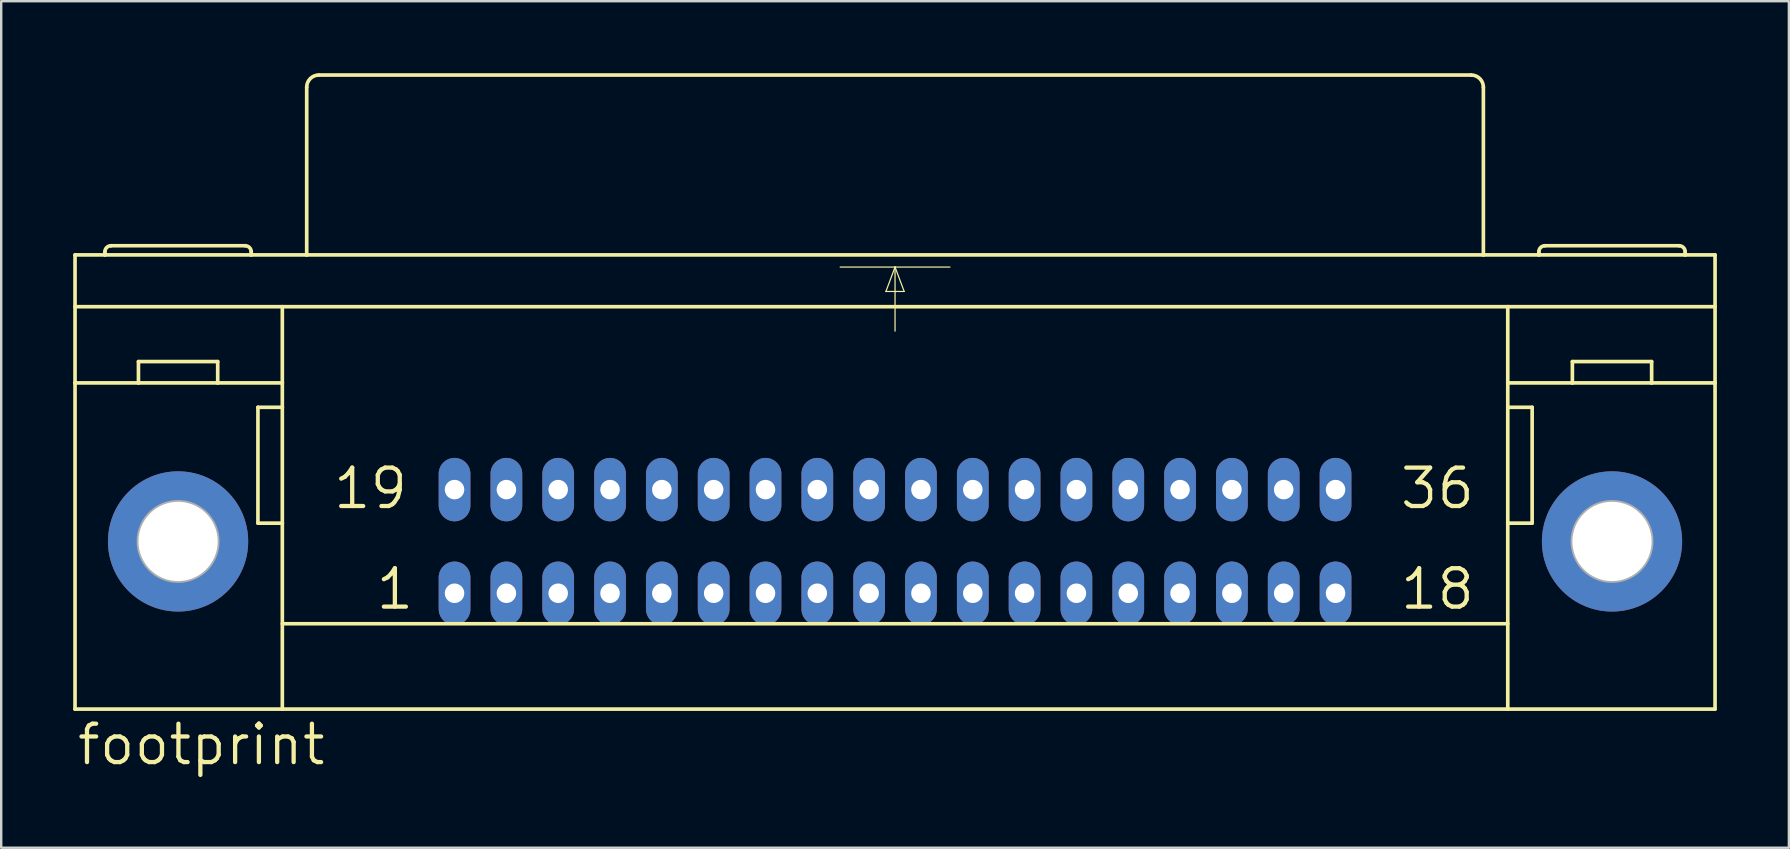
<source format=kicad_pcb>
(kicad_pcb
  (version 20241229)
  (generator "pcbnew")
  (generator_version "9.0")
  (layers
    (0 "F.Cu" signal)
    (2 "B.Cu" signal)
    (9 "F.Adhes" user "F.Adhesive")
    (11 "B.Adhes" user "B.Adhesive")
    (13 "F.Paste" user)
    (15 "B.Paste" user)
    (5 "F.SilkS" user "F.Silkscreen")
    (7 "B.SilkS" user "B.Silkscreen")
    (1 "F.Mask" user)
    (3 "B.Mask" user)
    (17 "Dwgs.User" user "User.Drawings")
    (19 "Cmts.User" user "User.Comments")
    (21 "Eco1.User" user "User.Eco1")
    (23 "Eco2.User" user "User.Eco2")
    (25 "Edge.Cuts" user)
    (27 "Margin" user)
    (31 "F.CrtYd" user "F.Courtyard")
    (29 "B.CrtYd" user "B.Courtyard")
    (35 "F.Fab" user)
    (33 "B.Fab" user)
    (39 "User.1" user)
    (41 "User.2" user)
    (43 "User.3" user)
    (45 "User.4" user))
  (footprint "footprint"
    (layer "F.Cu")
    (at 34.239 19.507)
    (property "Reference" "footprint" (at -34.163 9.398 0) (layer "F.SilkS") (effects (font (size 1.6 1.6) (thickness 0.178)) (justify left bottom)))
    (fp_line (start -34.163 -11.938) (end -32.918 -11.938) (stroke (width 0.152) (type solid)) (layer "F.SilkS"))
    (fp_line (start -34.163 -9.779) (end -25.527 -9.779) (stroke (width 0.152) (type solid)) (layer "F.SilkS"))
    (fp_line (start -34.163 -6.604) (end -34.163 -11.938) (stroke (width 0.152) (type solid)) (layer "F.SilkS"))
    (fp_line (start -34.163 6.985) (end -34.163 -6.604) (stroke (width 0.152) (type solid)) (layer "F.SilkS"))
    (fp_line (start -34.163 6.985) (end -25.527 6.985) (stroke (width 0.152) (type solid)) (layer "F.SilkS"))
    (fp_line (start -32.918 -11.938) (end -32.918 -12.065) (stroke (width 0.152) (type solid)) (layer "F.SilkS"))
    (fp_line (start -32.918 -11.938) (end -26.822 -11.938) (stroke (width 0.152) (type solid)) (layer "F.SilkS"))
    (fp_line (start -31.521 -6.604) (end -34.163 -6.604) (stroke (width 0.152) (type solid)) (layer "F.SilkS"))
    (fp_line (start -31.521 -6.604) (end -31.521 -7.493) (stroke (width 0.152) (type solid)) (layer "F.SilkS"))
    (fp_line (start -28.219 -7.493) (end -31.521 -7.493) (stroke (width 0.152) (type solid)) (layer "F.SilkS"))
    (fp_line (start -28.219 -6.604) (end -31.521 -6.604) (stroke (width 0.152) (type solid)) (layer "F.SilkS"))
    (fp_line (start -28.219 -6.604) (end -28.219 -7.493) (stroke (width 0.152) (type solid)) (layer "F.SilkS"))
    (fp_line (start -27.076 -12.319) (end -32.664 -12.319) (stroke (width 0.152) (type solid)) (layer "F.SilkS"))
    (fp_line (start -26.822 -11.938) (end -26.822 -12.065) (stroke (width 0.152) (type solid)) (layer "F.SilkS"))
    (fp_line (start -26.822 -11.938) (end -24.511 -11.938) (stroke (width 0.152) (type solid)) (layer "F.SilkS"))
    (fp_line (start -26.543 -5.588) (end -26.543 -0.762) (stroke (width 0.152) (type solid)) (layer "F.SilkS"))
    (fp_line (start -26.543 -0.762) (end -25.527 -0.762) (stroke (width 0.152) (type solid)) (layer "F.SilkS"))
    (fp_line (start -25.527 -9.779) (end 25.527 -9.779) (stroke (width 0.152) (type solid)) (layer "F.SilkS"))
    (fp_line (start -25.527 -6.604) (end -28.219 -6.604) (stroke (width 0.152) (type solid)) (layer "F.SilkS"))
    (fp_line (start -25.527 -6.604) (end -25.527 -9.779) (stroke (width 0.152) (type solid)) (layer "F.SilkS"))
    (fp_line (start -25.527 -5.588) (end -26.543 -5.588) (stroke (width 0.152) (type solid)) (layer "F.SilkS"))
    (fp_line (start -25.527 -5.588) (end -25.527 -6.604) (stroke (width 0.152) (type solid)) (layer "F.SilkS"))
    (fp_line (start -25.527 -0.762) (end -25.527 -5.588) (stroke (width 0.152) (type solid)) (layer "F.SilkS"))
    (fp_line (start -25.527 3.429) (end 25.527 3.429) (stroke (width 0.152) (type solid)) (layer "F.SilkS"))
    (fp_line (start -25.527 6.985) (end -25.527 -0.762) (stroke (width 0.152) (type solid)) (layer "F.SilkS"))
    (fp_line (start -25.527 6.985) (end 25.527 6.985) (stroke (width 0.152) (type solid)) (layer "F.SilkS"))
    (fp_line (start -24.511 -11.938) (end -24.511 -18.923) (stroke (width 0.152) (type solid)) (layer "F.SilkS"))
    (fp_line (start -24.511 -11.938) (end 24.511 -11.938) (stroke (width 0.152) (type solid)) (layer "F.SilkS"))
    (fp_line (start -24.003 -19.431) (end 24.003 -19.431) (stroke (width 0.152) (type solid)) (layer "F.SilkS"))
    (fp_line (start -2.286 -11.43) (end 0 -11.43) (stroke (width 0.051) (type solid)) (layer "F.SilkS"))
    (fp_line (start -0.381 -10.414) (end 0.381 -10.414) (stroke (width 0.051) (type solid)) (layer "F.SilkS"))
    (fp_line (start 0 -11.43) (end -0.381 -10.414) (stroke (width 0.051) (type solid)) (layer "F.SilkS"))
    (fp_line (start 0 -11.43) (end 0 -8.763) (stroke (width 0.051) (type solid)) (layer "F.SilkS"))
    (fp_line (start 0 -11.43) (end 2.286 -11.43) (stroke (width 0.051) (type solid)) (layer "F.SilkS"))
    (fp_line (start 0.381 -10.414) (end 0 -11.43) (stroke (width 0.051) (type solid)) (layer "F.SilkS"))
    (fp_line (start 24.511 -11.938) (end 24.511 -18.923) (stroke (width 0.152) (type solid)) (layer "F.SilkS"))
    (fp_line (start 24.511 -11.938) (end 26.822 -11.938) (stroke (width 0.152) (type solid)) (layer "F.SilkS"))
    (fp_line (start 25.527 -9.779) (end 34.163 -9.779) (stroke (width 0.152) (type solid)) (layer "F.SilkS"))
    (fp_line (start 25.527 -6.604) (end 25.527 -9.779) (stroke (width 0.152) (type solid)) (layer "F.SilkS"))
    (fp_line (start 25.527 -6.604) (end 28.219 -6.604) (stroke (width 0.152) (type solid)) (layer "F.SilkS"))
    (fp_line (start 25.527 -5.588) (end 25.527 -6.604) (stroke (width 0.152) (type solid)) (layer "F.SilkS"))
    (fp_line (start 25.527 -5.588) (end 26.543 -5.588) (stroke (width 0.152) (type solid)) (layer "F.SilkS"))
    (fp_line (start 25.527 -0.762) (end 25.527 -5.588) (stroke (width 0.152) (type solid)) (layer "F.SilkS"))
    (fp_line (start 25.527 6.985) (end 25.527 -0.762) (stroke (width 0.152) (type solid)) (layer "F.SilkS"))
    (fp_line (start 25.527 6.985) (end 34.163 6.985) (stroke (width 0.152) (type solid)) (layer "F.SilkS"))
    (fp_line (start 26.543 -5.588) (end 26.543 -0.762) (stroke (width 0.152) (type solid)) (layer "F.SilkS"))
    (fp_line (start 26.543 -0.762) (end 25.527 -0.762) (stroke (width 0.152) (type solid)) (layer "F.SilkS"))
    (fp_line (start 26.822 -11.938) (end 26.822 -12.065) (stroke (width 0.152) (type solid)) (layer "F.SilkS"))
    (fp_line (start 26.822 -11.938) (end 32.918 -11.938) (stroke (width 0.152) (type solid)) (layer "F.SilkS"))
    (fp_line (start 27.076 -12.319) (end 32.664 -12.319) (stroke (width 0.152) (type solid)) (layer "F.SilkS"))
    (fp_line (start 28.219 -7.493) (end 31.521 -7.493) (stroke (width 0.152) (type solid)) (layer "F.SilkS"))
    (fp_line (start 28.219 -6.604) (end 28.219 -7.493) (stroke (width 0.152) (type solid)) (layer "F.SilkS"))
    (fp_line (start 28.219 -6.604) (end 31.521 -6.604) (stroke (width 0.152) (type solid)) (layer "F.SilkS"))
    (fp_line (start 31.521 -6.604) (end 31.521 -7.493) (stroke (width 0.152) (type solid)) (layer "F.SilkS"))
    (fp_line (start 31.521 -6.604) (end 34.163 -6.604) (stroke (width 0.152) (type solid)) (layer "F.SilkS"))
    (fp_line (start 32.918 -11.938) (end 32.918 -12.065) (stroke (width 0.152) (type solid)) (layer "F.SilkS"))
    (fp_line (start 32.918 -11.938) (end 34.163 -11.938) (stroke (width 0.152) (type solid)) (layer "F.SilkS"))
    (fp_line (start 34.163 -11.938) (end 34.163 -6.604) (stroke (width 0.152) (type solid)) (layer "F.SilkS"))
    (fp_line (start 34.163 -6.604) (end 34.163 6.985) (stroke (width 0.152) (type solid)) (layer "F.SilkS"))
    (fp_arc (start -32.9184 -12.065) (mid -32.844005 -12.244605) (end -32.6644 -12.319) (stroke (width 0.1524) (type solid)) (layer "F.SilkS"))
    (fp_arc (start -27.0764 -12.319) (mid -26.896795 -12.244605) (end -26.8224 -12.065) (stroke (width 0.1524) (type solid)) (layer "F.SilkS"))
    (fp_arc (start -24.511 -18.923) (mid -24.36221 -19.28221) (end -24.003 -19.431) (stroke (width 0.1524) (type solid)) (layer "F.SilkS"))
    (fp_arc (start 24.003 -19.431) (mid 24.36221 -19.28221) (end 24.511 -18.923) (stroke (width 0.1524) (type solid)) (layer "F.SilkS"))
    (fp_arc (start 26.8224 -12.065) (mid 26.896795 -12.244605) (end 27.0764 -12.319) (stroke (width 0.1524) (type solid)) (layer "F.SilkS"))
    (fp_arc (start 32.6644 -12.319) (mid 32.844005 -12.244605) (end 32.9184 -12.065) (stroke (width 0.1524) (type solid)) (layer "F.SilkS"))
    (fp_circle (center -29.87 0) (end -28.219 0) (stroke (width 0.152) (type solid)) (fill no) (layer "F.Fab"))
    (fp_circle (center 29.87 0) (end 31.521 0) (stroke (width 0.152) (type solid)) (fill no) (layer "F.Fab"))
    (fp_text user "18" (at 20.955 2.921 0) (layer "F.SilkS") (effects (font (size 1.6 1.6) (thickness 0.178)) (justify left bottom)))
    (fp_text user "36" (at 20.955 -1.27 0) (layer "F.SilkS") (effects (font (size 1.6 1.6) (thickness 0.178)) (justify left bottom)))
    (fp_text user "19" (at -23.495 -1.27 0) (layer "F.SilkS") (effects (font (size 1.6 1.6) (thickness 0.178)) (justify left bottom)))
    (fp_text user "1" (at -21.717 2.921 0) (layer "F.SilkS") (effects (font (size 1.6 1.6) (thickness 0.178)) (justify left bottom)))
    (pad "1" thru_hole oval (at -18.352 2.159 90) (size 2.642 1.321) (drill 0.813) (layers "*.Cu" "*.Mask"))
    (pad "2" thru_hole oval (at -16.192 2.159 90) (size 2.642 1.321) (drill 0.813) (layers "*.Cu" "*.Mask"))
    (pad "3" thru_hole oval (at -14.034 2.159 90) (size 2.642 1.321) (drill 0.813) (layers "*.Cu" "*.Mask"))
    (pad "4" thru_hole oval (at -11.874 2.159 90) (size 2.642 1.321) (drill 0.813) (layers "*.Cu" "*.Mask"))
    (pad "5" thru_hole oval (at -9.716 2.159 90) (size 2.642 1.321) (drill 0.813) (layers "*.Cu" "*.Mask"))
    (pad "6" thru_hole oval (at -7.556 2.159 90) (size 2.642 1.321) (drill 0.813) (layers "*.Cu" "*.Mask"))
    (pad "7" thru_hole oval (at -5.397 2.159 90) (size 2.642 1.321) (drill 0.813) (layers "*.Cu" "*.Mask"))
    (pad "8" thru_hole oval (at -3.239 2.159 90) (size 2.642 1.321) (drill 0.813) (layers "*.Cu" "*.Mask"))
    (pad "9" thru_hole oval (at -1.079 2.159 90) (size 2.642 1.321) (drill 0.813) (layers "*.Cu" "*.Mask"))
    (pad "10" thru_hole oval (at 1.079 2.159 90) (size 2.642 1.321) (drill 0.813) (layers "*.Cu" "*.Mask"))
    (pad "11" thru_hole oval (at 3.239 2.159 90) (size 2.642 1.321) (drill 0.813) (layers "*.Cu" "*.Mask"))
    (pad "12" thru_hole oval (at 5.397 2.159 90) (size 2.642 1.321) (drill 0.813) (layers "*.Cu" "*.Mask"))
    (pad "13" thru_hole oval (at 7.556 2.159 90) (size 2.642 1.321) (drill 0.813) (layers "*.Cu" "*.Mask"))
    (pad "14" thru_hole oval (at 9.716 2.159 90) (size 2.642 1.321) (drill 0.813) (layers "*.Cu" "*.Mask"))
    (pad "15" thru_hole oval (at 11.874 2.159 90) (size 2.642 1.321) (drill 0.813) (layers "*.Cu" "*.Mask"))
    (pad "16" thru_hole oval (at 14.034 2.159 90) (size 2.642 1.321) (drill 0.813) (layers "*.Cu" "*.Mask"))
    (pad "17" thru_hole oval (at 16.192 2.159 90) (size 2.642 1.321) (drill 0.813) (layers "*.Cu" "*.Mask"))
    (pad "18" thru_hole oval (at 18.352 2.159 90) (size 2.642 1.321) (drill 0.813) (layers "*.Cu" "*.Mask"))
    (pad "19" thru_hole oval (at -18.352 -2.159 90) (size 2.642 1.321) (drill 0.813) (layers "*.Cu" "*.Mask"))
    (pad "20" thru_hole oval (at -16.192 -2.159 90) (size 2.642 1.321) (drill 0.813) (layers "*.Cu" "*.Mask"))
    (pad "21" thru_hole oval (at -14.034 -2.159 90) (size 2.642 1.321) (drill 0.813) (layers "*.Cu" "*.Mask"))
    (pad "22" thru_hole oval (at -11.874 -2.159 90) (size 2.642 1.321) (drill 0.813) (layers "*.Cu" "*.Mask"))
    (pad "23" thru_hole oval (at -9.716 -2.159 90) (size 2.642 1.321) (drill 0.813) (layers "*.Cu" "*.Mask"))
    (pad "24" thru_hole oval (at -7.556 -2.159 90) (size 2.642 1.321) (drill 0.813) (layers "*.Cu" "*.Mask"))
    (pad "25" thru_hole oval (at -5.397 -2.159 90) (size 2.642 1.321) (drill 0.813) (layers "*.Cu" "*.Mask"))
    (pad "26" thru_hole oval (at -3.239 -2.159 90) (size 2.642 1.321) (drill 0.813) (layers "*.Cu" "*.Mask"))
    (pad "27" thru_hole oval (at -1.079 -2.159 90) (size 2.642 1.321) (drill 0.813) (layers "*.Cu" "*.Mask"))
    (pad "28" thru_hole oval (at 1.079 -2.159 90) (size 2.642 1.321) (drill 0.813) (layers "*.Cu" "*.Mask"))
    (pad "29" thru_hole oval (at 3.239 -2.159 90) (size 2.642 1.321) (drill 0.813) (layers "*.Cu" "*.Mask"))
    (pad "30" thru_hole oval (at 5.397 -2.159 90) (size 2.642 1.321) (drill 0.813) (layers "*.Cu" "*.Mask"))
    (pad "31" thru_hole oval (at 7.556 -2.159 90) (size 2.642 1.321) (drill 0.813) (layers "*.Cu" "*.Mask"))
    (pad "32" thru_hole oval (at 9.716 -2.159 90) (size 2.642 1.321) (drill 0.813) (layers "*.Cu" "*.Mask"))
    (pad "33" thru_hole oval (at 11.874 -2.159 90) (size 2.642 1.321) (drill 0.813) (layers "*.Cu" "*.Mask"))
    (pad "34" thru_hole oval (at 14.034 -2.159 90) (size 2.642 1.321) (drill 0.813) (layers "*.Cu" "*.Mask"))
    (pad "35" thru_hole oval (at 16.192 -2.159 90) (size 2.642 1.321) (drill 0.813) (layers "*.Cu" "*.Mask"))
    (pad "36" thru_hole oval (at 18.352 -2.159 90) (size 2.642 1.321) (drill 0.813) (layers "*.Cu" "*.Mask"))
    (pad "G" thru_hole circle (at -29.87 0) (size 5.842 5.842) (drill 3.302) (layers "*.Cu" "*.Mask"))
    (pad "G1" thru_hole circle (at 29.87 0) (size 5.842 5.842) (drill 3.302) (layers "*.Cu" "*.Mask")))
  (gr_rect
    (start -3 -3)
    (end 71.478 32.268)
    (stroke (width 0.1) (type default))
    (fill no)
    (layer "Edge.Cuts")))
</source>
